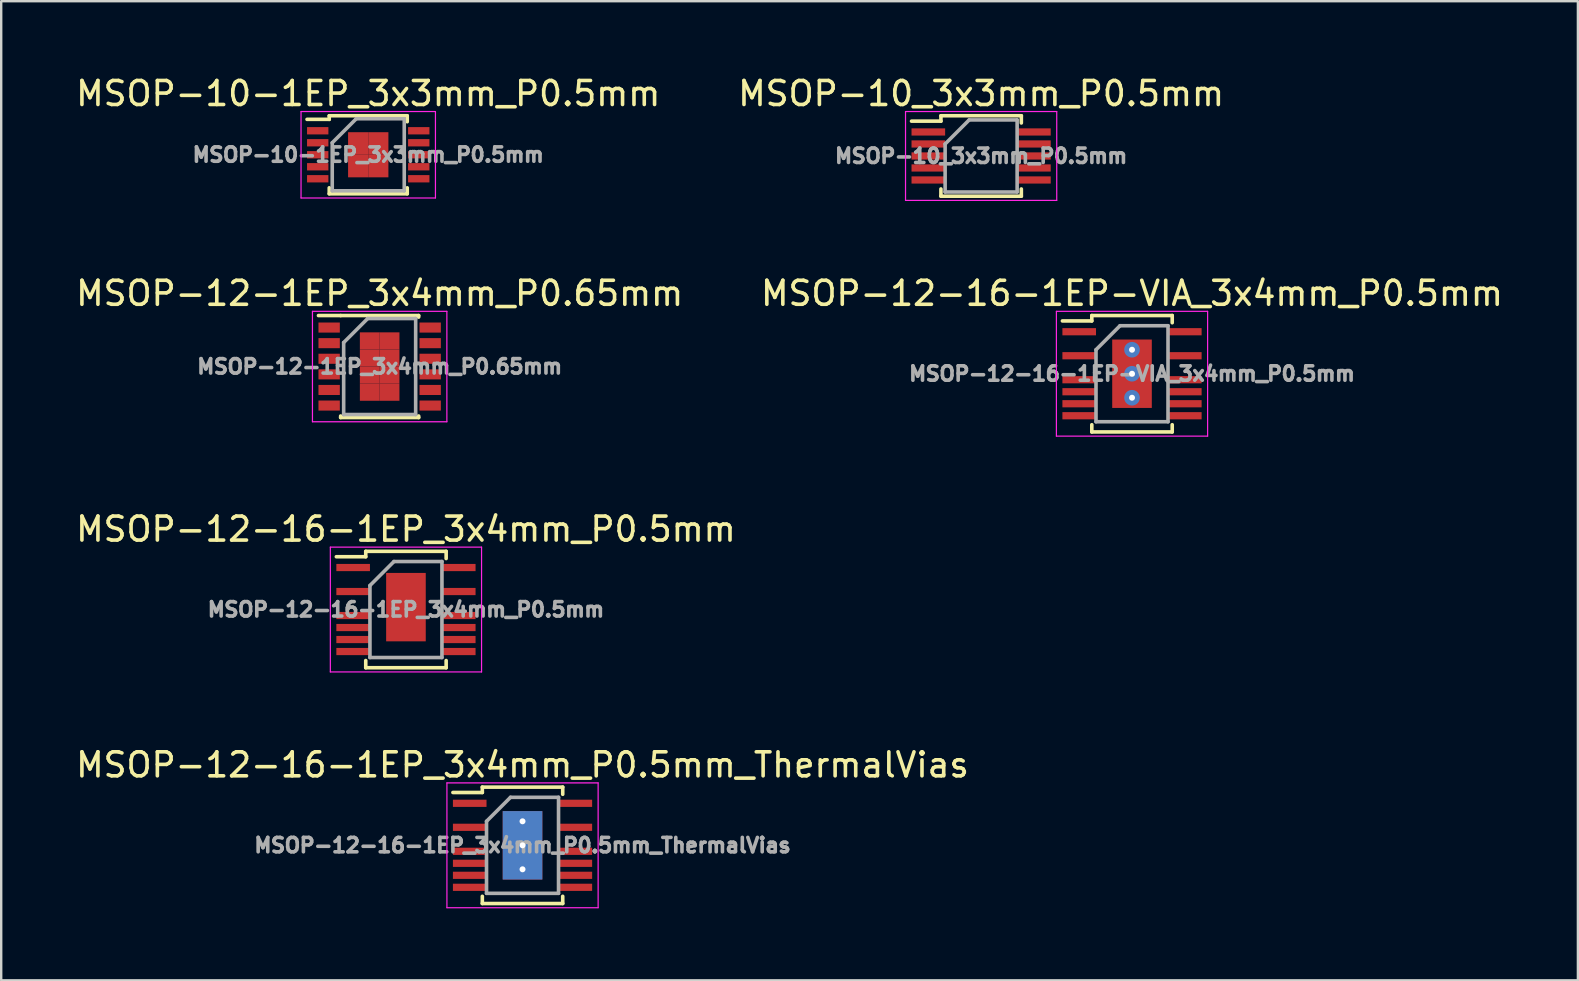
<source format=kicad_pcb>
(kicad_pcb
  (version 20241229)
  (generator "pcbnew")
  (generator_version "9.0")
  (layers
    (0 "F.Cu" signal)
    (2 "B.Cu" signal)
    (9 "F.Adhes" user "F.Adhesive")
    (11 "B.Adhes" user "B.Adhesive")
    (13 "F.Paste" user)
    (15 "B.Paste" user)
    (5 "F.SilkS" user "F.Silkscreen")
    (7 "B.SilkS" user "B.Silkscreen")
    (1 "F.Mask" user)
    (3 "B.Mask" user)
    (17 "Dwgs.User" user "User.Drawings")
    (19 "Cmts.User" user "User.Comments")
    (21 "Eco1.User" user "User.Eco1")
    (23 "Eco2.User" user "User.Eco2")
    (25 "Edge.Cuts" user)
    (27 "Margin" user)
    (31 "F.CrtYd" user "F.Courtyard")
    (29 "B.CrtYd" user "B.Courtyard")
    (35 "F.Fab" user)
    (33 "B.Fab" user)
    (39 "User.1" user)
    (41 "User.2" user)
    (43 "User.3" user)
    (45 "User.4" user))
  (footprint "MSOP-10-1EP_3x3mm_P0.5mm"
    (layer "F.Cu")
    (at 12.292 3.398)
    (property "Reference" "MSOP-10-1EP_3x3mm_P0.5mm" (at 0 -2.55 0) (layer "F.SilkS") (effects (font (size 1 1) (thickness 0.15))))
    (attr smd)
    (fp_line (start -1.625 -1.625) (end -1.625 -1.475) (stroke (width 0.15) (type solid)) (layer "F.SilkS"))
    (fp_line (start -1.625 -1.625) (end 1.625 -1.625) (stroke (width 0.15) (type solid)) (layer "F.SilkS"))
    (fp_line (start -1.625 -1.475) (end -2.55 -1.475) (stroke (width 0.15) (type solid)) (layer "F.SilkS"))
    (fp_line (start -1.625 1.625) (end -1.625 1.377) (stroke (width 0.15) (type solid)) (layer "F.SilkS"))
    (fp_line (start -1.625 1.625) (end 1.625 1.625) (stroke (width 0.15) (type solid)) (layer "F.SilkS"))
    (fp_line (start 1.625 -1.625) (end 1.625 -1.377) (stroke (width 0.15) (type solid)) (layer "F.SilkS"))
    (fp_line (start 1.625 1.625) (end 1.625 1.377) (stroke (width 0.15) (type solid)) (layer "F.SilkS"))
    (fp_line (start -2.8 -1.8) (end -2.8 1.8) (stroke (width 0.05) (type solid)) (layer "F.CrtYd"))
    (fp_line (start -2.8 -1.8) (end 2.8 -1.8) (stroke (width 0.05) (type solid)) (layer "F.CrtYd"))
    (fp_line (start -2.8 1.8) (end 2.8 1.8) (stroke (width 0.05) (type solid)) (layer "F.CrtYd"))
    (fp_line (start 2.8 -1.8) (end 2.8 1.8) (stroke (width 0.05) (type solid)) (layer "F.CrtYd"))
    (fp_line (start -1.5 -0.5) (end -0.5 -1.5) (stroke (width 0.15) (type solid)) (layer "F.Fab"))
    (fp_line (start -1.5 1.5) (end -1.5 -0.5) (stroke (width 0.15) (type solid)) (layer "F.Fab"))
    (fp_line (start -0.5 -1.5) (end 1.5 -1.5) (stroke (width 0.15) (type solid)) (layer "F.Fab"))
    (fp_line (start 1.5 -1.5) (end 1.5 1.5) (stroke (width 0.15) (type solid)) (layer "F.Fab"))
    (fp_line (start 1.5 1.5) (end -1.5 1.5) (stroke (width 0.15) (type solid)) (layer "F.Fab"))
    (fp_text user "${REFERENCE}" (at 0 0 0) (layer "F.Fab") (effects (font (size 0.6 0.6) (thickness 0.15))))
    (pad "1" smd rect (at -2.105 -1) (size 0.89 0.305) (layers "F.Cu" "F.Mask" "F.Paste"))
    (pad "2" smd rect (at -2.105 -0.5) (size 0.89 0.305) (layers "F.Cu" "F.Mask" "F.Paste"))
    (pad "3" smd rect (at -2.105 0) (size 0.89 0.305) (layers "F.Cu" "F.Mask" "F.Paste"))
    (pad "4" smd rect (at -2.105 0.5) (size 0.89 0.305) (layers "F.Cu" "F.Mask" "F.Paste"))
    (pad "5" smd rect (at -2.105 1) (size 0.89 0.305) (layers "F.Cu" "F.Mask" "F.Paste"))
    (pad "6" smd rect (at 2.105 1) (size 0.89 0.305) (layers "F.Cu" "F.Mask" "F.Paste"))
    (pad "7" smd rect (at 2.105 0.5) (size 0.89 0.305) (layers "F.Cu" "F.Mask" "F.Paste"))
    (pad "8" smd rect (at 2.105 0) (size 0.89 0.305) (layers "F.Cu" "F.Mask" "F.Paste"))
    (pad "9" smd rect (at 2.105 -0.5) (size 0.89 0.305) (layers "F.Cu" "F.Mask" "F.Paste"))
    (pad "10" smd rect (at 2.105 -1) (size 0.89 0.305) (layers "F.Cu" "F.Mask" "F.Paste"))
    (pad "11" smd rect (at -0.42 -0.47) (size 0.84 0.94) (layers "F.Cu" "F.Mask" "F.Paste"))
    (pad "11" smd rect (at -0.42 0.47) (size 0.84 0.94) (layers "F.Cu" "F.Mask" "F.Paste"))
    (pad "11" smd rect (at 0.42 -0.47) (size 0.84 0.94) (layers "F.Cu" "F.Mask" "F.Paste"))
    (pad "11" smd rect (at 0.42 0.47) (size 0.84 0.94) (layers "F.Cu" "F.Mask" "F.Paste")))
  (footprint "MSOP-10_3x3mm_P0.5mm"
    (layer "F.Cu")
    (at 37.827 3.448)
    (property "Reference" "MSOP-10_3x3mm_P0.5mm" (at 0 -2.6 0) (layer "F.SilkS") (effects (font (size 1 1) (thickness 0.15))))
    (attr smd)
    (fp_line (start -1.675 -1.675) (end -1.675 -1.45) (stroke (width 0.15) (type solid)) (layer "F.SilkS"))
    (fp_line (start -1.675 -1.675) (end 1.675 -1.675) (stroke (width 0.15) (type solid)) (layer "F.SilkS"))
    (fp_line (start -1.675 -1.45) (end -2.9 -1.45) (stroke (width 0.15) (type solid)) (layer "F.SilkS"))
    (fp_line (start -1.675 1.675) (end -1.675 1.375) (stroke (width 0.15) (type solid)) (layer "F.SilkS"))
    (fp_line (start -1.675 1.675) (end 1.675 1.675) (stroke (width 0.15) (type solid)) (layer "F.SilkS"))
    (fp_line (start 1.675 -1.675) (end 1.675 -1.375) (stroke (width 0.15) (type solid)) (layer "F.SilkS"))
    (fp_line (start 1.675 1.675) (end 1.675 1.375) (stroke (width 0.15) (type solid)) (layer "F.SilkS"))
    (fp_line (start -3.15 -1.85) (end -3.15 1.85) (stroke (width 0.05) (type solid)) (layer "F.CrtYd"))
    (fp_line (start -3.15 -1.85) (end 3.15 -1.85) (stroke (width 0.05) (type solid)) (layer "F.CrtYd"))
    (fp_line (start -3.15 1.85) (end 3.15 1.85) (stroke (width 0.05) (type solid)) (layer "F.CrtYd"))
    (fp_line (start 3.15 -1.85) (end 3.15 1.85) (stroke (width 0.05) (type solid)) (layer "F.CrtYd"))
    (fp_line (start -1.5 -0.5) (end -0.5 -1.5) (stroke (width 0.15) (type solid)) (layer "F.Fab"))
    (fp_line (start -1.5 1.5) (end -1.5 -0.5) (stroke (width 0.15) (type solid)) (layer "F.Fab"))
    (fp_line (start -0.5 -1.5) (end 1.5 -1.5) (stroke (width 0.15) (type solid)) (layer "F.Fab"))
    (fp_line (start 1.5 -1.5) (end 1.5 1.5) (stroke (width 0.15) (type solid)) (layer "F.Fab"))
    (fp_line (start 1.5 1.5) (end -1.5 1.5) (stroke (width 0.15) (type solid)) (layer "F.Fab"))
    (fp_text user "${REFERENCE}" (at 0 0 0) (layer "F.Fab") (effects (font (size 0.6 0.6) (thickness 0.15))))
    (pad "1" smd rect (at -2.2 -1) (size 1.4 0.3) (layers "F.Cu" "F.Mask" "F.Paste"))
    (pad "2" smd rect (at -2.2 -0.5) (size 1.4 0.3) (layers "F.Cu" "F.Mask" "F.Paste"))
    (pad "3" smd rect (at -2.2 0) (size 1.4 0.3) (layers "F.Cu" "F.Mask" "F.Paste"))
    (pad "4" smd rect (at -2.2 0.5) (size 1.4 0.3) (layers "F.Cu" "F.Mask" "F.Paste"))
    (pad "5" smd rect (at -2.2 1) (size 1.4 0.3) (layers "F.Cu" "F.Mask" "F.Paste"))
    (pad "6" smd rect (at 2.2 1) (size 1.4 0.3) (layers "F.Cu" "F.Mask" "F.Paste"))
    (pad "7" smd rect (at 2.2 0.5) (size 1.4 0.3) (layers "F.Cu" "F.Mask" "F.Paste"))
    (pad "8" smd rect (at 2.2 0) (size 1.4 0.3) (layers "F.Cu" "F.Mask" "F.Paste"))
    (pad "9" smd rect (at 2.2 -0.5) (size 1.4 0.3) (layers "F.Cu" "F.Mask" "F.Paste"))
    (pad "10" smd rect (at 2.2 -1) (size 1.4 0.3) (layers "F.Cu" "F.Mask" "F.Paste")))
  (footprint "MSOP-12-16-1EP-VIA_3x4mm_P0.5mm"
    (layer "F.Cu")
    (at 44.113 12.521)
    (property "Reference" "MSOP-12-16-1EP-VIA_3x4mm_P0.5mm" (at 0 -3.35 0) (layer "F.SilkS") (effects (font (size 1 1) (thickness 0.15))))
    (attr smd)
    (fp_line (start -1.675 -2.425) (end -1.675 -2.2) (stroke (width 0.15) (type solid)) (layer "F.SilkS"))
    (fp_line (start -1.675 -2.425) (end 1.675 -2.425) (stroke (width 0.15) (type solid)) (layer "F.SilkS"))
    (fp_line (start -1.675 -2.2) (end -2.9 -2.2) (stroke (width 0.15) (type solid)) (layer "F.SilkS"))
    (fp_line (start -1.675 2.425) (end -1.675 2.125) (stroke (width 0.15) (type solid)) (layer "F.SilkS"))
    (fp_line (start -1.675 2.425) (end 1.675 2.425) (stroke (width 0.15) (type solid)) (layer "F.SilkS"))
    (fp_line (start 1.675 -2.425) (end 1.675 -2.125) (stroke (width 0.15) (type solid)) (layer "F.SilkS"))
    (fp_line (start 1.675 2.425) (end 1.675 2.125) (stroke (width 0.15) (type solid)) (layer "F.SilkS"))
    (fp_line (start -3.15 -2.6) (end -3.15 2.6) (stroke (width 0.05) (type solid)) (layer "F.CrtYd"))
    (fp_line (start -3.15 -2.6) (end 3.15 -2.6) (stroke (width 0.05) (type solid)) (layer "F.CrtYd"))
    (fp_line (start -3.15 2.6) (end 3.15 2.6) (stroke (width 0.05) (type solid)) (layer "F.CrtYd"))
    (fp_line (start 3.15 -2.6) (end 3.15 2.6) (stroke (width 0.05) (type solid)) (layer "F.CrtYd"))
    (fp_line (start -1.5 -1) (end -0.5 -2) (stroke (width 0.15) (type solid)) (layer "F.Fab"))
    (fp_line (start -1.5 2) (end -1.5 -1) (stroke (width 0.15) (type solid)) (layer "F.Fab"))
    (fp_line (start -0.5 -2) (end 1.5 -2) (stroke (width 0.15) (type solid)) (layer "F.Fab"))
    (fp_line (start 1.5 -2) (end 1.5 2) (stroke (width 0.15) (type solid)) (layer "F.Fab"))
    (fp_line (start 1.5 2) (end -1.5 2) (stroke (width 0.15) (type solid)) (layer "F.Fab"))
    (fp_text user "${REFERENCE}" (at 0 0 0) (layer "F.Fab") (effects (font (size 0.6 0.6) (thickness 0.15))))
    (pad "1" smd rect (at -2.2 -1.75) (size 1.4 0.3) (layers "F.Cu" "F.Mask" "F.Paste"))
    (pad "3" smd rect (at -2.2 -0.75) (size 1.4 0.3) (layers "F.Cu" "F.Mask" "F.Paste"))
    (pad "5" smd rect (at -2.2 0.25) (size 1.4 0.3) (layers "F.Cu" "F.Mask" "F.Paste"))
    (pad "6" smd rect (at -2.2 0.75) (size 1.4 0.3) (layers "F.Cu" "F.Mask" "F.Paste"))
    (pad "7" smd rect (at -2.2 1.25) (size 1.4 0.3) (layers "F.Cu" "F.Mask" "F.Paste"))
    (pad "8" smd rect (at -2.2 1.75) (size 1.4 0.3) (layers "F.Cu" "F.Mask" "F.Paste"))
    (pad "9" smd rect (at 2.2 1.75) (size 1.4 0.3) (layers "F.Cu" "F.Mask" "F.Paste"))
    (pad "10" smd rect (at 2.2 1.25) (size 1.4 0.3) (layers "F.Cu" "F.Mask" "F.Paste"))
    (pad "11" smd rect (at 2.2 0.75) (size 1.4 0.3) (layers "F.Cu" "F.Mask" "F.Paste"))
    (pad "12" smd rect (at 2.2 0.25) (size 1.4 0.3) (layers "F.Cu" "F.Mask" "F.Paste"))
    (pad "14" smd rect (at 2.2 -0.75) (size 1.4 0.3) (layers "F.Cu" "F.Mask" "F.Paste"))
    (pad "16" smd rect (at 2.2 -1.75) (size 1.4 0.3) (layers "F.Cu" "F.Mask" "F.Paste"))
    (pad "17" thru_hole circle (at 0 -1) (size 0.65 0.65) (drill 0.25) (layers "*.Cu" "*.Paste" "*.Mask"))
    (pad "17" thru_hole circle (at 0 0) (size 0.65 0.65) (drill 0.25) (layers "*.Cu" "*.Paste" "*.Mask"))
    (pad "17" smd rect (at 0 0) (size 1.65 2.85) (layers "F.Cu" "F.Mask" "F.Paste"))
    (pad "17" thru_hole circle (at 0 1) (size 0.65 0.65) (drill 0.25) (layers "*.Cu" "*.Paste" "*.Mask")))
  (footprint "MSOP-12-1EP_3x4mm_P0.65mm"
    (layer "F.Cu")
    (at 12.768 12.222)
    (property "Reference" "MSOP-12-1EP_3x4mm_P0.65mm" (at 0 -3.05 0) (layer "F.SilkS") (effects (font (size 1 1) (thickness 0.15))))
    (attr smd)
    (fp_line (start -1.625 -2.125) (end -2.55 -2.125) (stroke (width 0.15) (type solid)) (layer "F.SilkS"))
    (fp_line (start -1.625 -2.125) (end 1.625 -2.125) (stroke (width 0.15) (type solid)) (layer "F.SilkS"))
    (fp_line (start -1.625 2.125) (end -1.625 2.06) (stroke (width 0.15) (type solid)) (layer "F.SilkS"))
    (fp_line (start -1.625 2.125) (end 1.625 2.125) (stroke (width 0.15) (type solid)) (layer "F.SilkS"))
    (fp_line (start 1.625 -2.125) (end 1.625 -2.06) (stroke (width 0.15) (type solid)) (layer "F.SilkS"))
    (fp_line (start 1.625 2.125) (end 1.625 2.06) (stroke (width 0.15) (type solid)) (layer "F.SilkS"))
    (fp_line (start -2.8 -2.3) (end -2.8 2.3) (stroke (width 0.05) (type solid)) (layer "F.CrtYd"))
    (fp_line (start -2.8 -2.3) (end 2.8 -2.3) (stroke (width 0.05) (type solid)) (layer "F.CrtYd"))
    (fp_line (start -2.8 2.3) (end 2.8 2.3) (stroke (width 0.05) (type solid)) (layer "F.CrtYd"))
    (fp_line (start 2.8 -2.3) (end 2.8 2.3) (stroke (width 0.05) (type solid)) (layer "F.CrtYd"))
    (fp_line (start -1.5 -1) (end -0.5 -2) (stroke (width 0.15) (type solid)) (layer "F.Fab"))
    (fp_line (start -1.5 2) (end -1.5 -1) (stroke (width 0.15) (type solid)) (layer "F.Fab"))
    (fp_line (start -0.5 -2) (end 1.5 -2) (stroke (width 0.15) (type solid)) (layer "F.Fab"))
    (fp_line (start 1.5 -2) (end 1.5 2) (stroke (width 0.15) (type solid)) (layer "F.Fab"))
    (fp_line (start 1.5 2) (end -1.5 2) (stroke (width 0.15) (type solid)) (layer "F.Fab"))
    (fp_text user "${REFERENCE}" (at 0 0 0) (layer "F.Fab") (effects (font (size 0.6 0.6) (thickness 0.15))))
    (pad "1" smd rect (at -2.105 -1.625) (size 0.89 0.42) (layers "F.Cu" "F.Mask" "F.Paste"))
    (pad "2" smd rect (at -2.105 -0.975) (size 0.89 0.42) (layers "F.Cu" "F.Mask" "F.Paste"))
    (pad "3" smd rect (at -2.105 -0.325) (size 0.89 0.42) (layers "F.Cu" "F.Mask" "F.Paste"))
    (pad "4" smd rect (at -2.105 0.325) (size 0.89 0.42) (layers "F.Cu" "F.Mask" "F.Paste"))
    (pad "5" smd rect (at -2.105 0.975) (size 0.89 0.42) (layers "F.Cu" "F.Mask" "F.Paste"))
    (pad "6" smd rect (at -2.105 1.625) (size 0.89 0.42) (layers "F.Cu" "F.Mask" "F.Paste"))
    (pad "7" smd rect (at 2.105 1.625) (size 0.89 0.42) (layers "F.Cu" "F.Mask" "F.Paste"))
    (pad "8" smd rect (at 2.105 0.975) (size 0.89 0.42) (layers "F.Cu" "F.Mask" "F.Paste"))
    (pad "9" smd rect (at 2.105 0.325) (size 0.89 0.42) (layers "F.Cu" "F.Mask" "F.Paste"))
    (pad "10" smd rect (at 2.105 -0.325) (size 0.89 0.42) (layers "F.Cu" "F.Mask" "F.Paste"))
    (pad "11" smd rect (at 2.105 -0.975) (size 0.89 0.42) (layers "F.Cu" "F.Mask" "F.Paste"))
    (pad "12" smd rect (at 2.105 -1.625) (size 0.89 0.42) (layers "F.Cu" "F.Mask" "F.Paste"))
    (pad "13" smd rect (at -0.412 -1.069) (size 0.825 0.713) (layers "F.Cu" "F.Mask" "F.Paste"))
    (pad "13" smd rect (at -0.412 -0.356) (size 0.825 0.713) (layers "F.Cu" "F.Mask" "F.Paste"))
    (pad "13" smd rect (at -0.412 0.356) (size 0.825 0.713) (layers "F.Cu" "F.Mask" "F.Paste"))
    (pad "13" smd rect (at -0.412 1.069) (size 0.825 0.713) (layers "F.Cu" "F.Mask" "F.Paste"))
    (pad "13" smd rect (at 0.412 -1.069) (size 0.825 0.713) (layers "F.Cu" "F.Mask" "F.Paste"))
    (pad "13" smd rect (at 0.412 -0.356) (size 0.825 0.713) (layers "F.Cu" "F.Mask" "F.Paste"))
    (pad "13" smd rect (at 0.412 0.356) (size 0.825 0.713) (layers "F.Cu" "F.Mask" "F.Paste"))
    (pad "13" smd rect (at 0.412 1.069) (size 0.825 0.713) (layers "F.Cu" "F.Mask" "F.Paste")))
  (footprint "MSOP-12-16-1EP_3x4mm_P0.5mm"
    (layer "F.Cu")
    (at 13.863 22.345)
    (property "Reference" "MSOP-12-16-1EP_3x4mm_P0.5mm" (at 0 -3.35 0) (layer "F.SilkS") (effects (font (size 1 1) (thickness 0.15))))
    (attr smd)
    (fp_line (start -1.675 -2.425) (end -1.675 -2.2) (stroke (width 0.15) (type solid)) (layer "F.SilkS"))
    (fp_line (start -1.675 -2.425) (end 1.675 -2.425) (stroke (width 0.15) (type solid)) (layer "F.SilkS"))
    (fp_line (start -1.675 -2.2) (end -2.9 -2.2) (stroke (width 0.15) (type solid)) (layer "F.SilkS"))
    (fp_line (start -1.675 2.425) (end -1.675 2.125) (stroke (width 0.15) (type solid)) (layer "F.SilkS"))
    (fp_line (start -1.675 2.425) (end 1.675 2.425) (stroke (width 0.15) (type solid)) (layer "F.SilkS"))
    (fp_line (start 1.675 -2.425) (end 1.675 -2.125) (stroke (width 0.15) (type solid)) (layer "F.SilkS"))
    (fp_line (start 1.675 2.425) (end 1.675 2.125) (stroke (width 0.15) (type solid)) (layer "F.SilkS"))
    (fp_line (start -3.15 -2.6) (end -3.15 2.6) (stroke (width 0.05) (type solid)) (layer "F.CrtYd"))
    (fp_line (start -3.15 -2.6) (end 3.15 -2.6) (stroke (width 0.05) (type solid)) (layer "F.CrtYd"))
    (fp_line (start -3.15 2.6) (end 3.15 2.6) (stroke (width 0.05) (type solid)) (layer "F.CrtYd"))
    (fp_line (start 3.15 -2.6) (end 3.15 2.6) (stroke (width 0.05) (type solid)) (layer "F.CrtYd"))
    (fp_line (start -1.5 -1) (end -0.5 -2) (stroke (width 0.15) (type solid)) (layer "F.Fab"))
    (fp_line (start -1.5 2) (end -1.5 -1) (stroke (width 0.15) (type solid)) (layer "F.Fab"))
    (fp_line (start -0.5 -2) (end 1.5 -2) (stroke (width 0.15) (type solid)) (layer "F.Fab"))
    (fp_line (start 1.5 -2) (end 1.5 2) (stroke (width 0.15) (type solid)) (layer "F.Fab"))
    (fp_line (start 1.5 2) (end -1.5 2) (stroke (width 0.15) (type solid)) (layer "F.Fab"))
    (fp_text user "${REFERENCE}" (at 0 0 0) (layer "F.Fab") (effects (font (size 0.6 0.6) (thickness 0.15))))
    (pad "1" smd rect (at -2.2 -1.75) (size 1.4 0.3) (layers "F.Cu" "F.Mask" "F.Paste"))
    (pad "3" smd rect (at -2.2 -0.75) (size 1.4 0.3) (layers "F.Cu" "F.Mask" "F.Paste"))
    (pad "5" smd rect (at -2.2 0.25) (size 1.4 0.3) (layers "F.Cu" "F.Mask" "F.Paste"))
    (pad "6" smd rect (at -2.2 0.75) (size 1.4 0.3) (layers "F.Cu" "F.Mask" "F.Paste"))
    (pad "7" smd rect (at -2.2 1.25) (size 1.4 0.3) (layers "F.Cu" "F.Mask" "F.Paste"))
    (pad "8" smd rect (at -2.2 1.75) (size 1.4 0.3) (layers "F.Cu" "F.Mask" "F.Paste"))
    (pad "9" smd rect (at 2.2 1.75) (size 1.4 0.3) (layers "F.Cu" "F.Mask" "F.Paste"))
    (pad "10" smd rect (at 2.2 1.25) (size 1.4 0.3) (layers "F.Cu" "F.Mask" "F.Paste"))
    (pad "11" smd rect (at 2.2 0.75) (size 1.4 0.3) (layers "F.Cu" "F.Mask" "F.Paste"))
    (pad "12" smd rect (at 2.2 0.25) (size 1.4 0.3) (layers "F.Cu" "F.Mask" "F.Paste"))
    (pad "14" smd rect (at 2.2 -0.75) (size 1.4 0.3) (layers "F.Cu" "F.Mask" "F.Paste"))
    (pad "16" smd rect (at 2.2 -1.75) (size 1.4 0.3) (layers "F.Cu" "F.Mask" "F.Paste"))
    (pad "17" smd rect (at 0 -0.1) (size 1.65 2.85) (layers "F.Cu" "F.Mask" "F.Paste")))
  (footprint "MSOP-12-16-1EP_3x4mm_P0.5mm_ThermalVias"
    (layer "F.Cu")
    (at 18.72 32.168)
    (property "Reference" "MSOP-12-16-1EP_3x4mm_P0.5mm_ThermalVias" (at 0 -3.35 0) (layer "F.SilkS") (effects (font (size 1 1) (thickness 0.15))))
    (attr smd)
    (fp_line (start -1.675 -2.425) (end -1.675 -2.2) (stroke (width 0.15) (type solid)) (layer "F.SilkS"))
    (fp_line (start -1.675 -2.425) (end 1.675 -2.425) (stroke (width 0.15) (type solid)) (layer "F.SilkS"))
    (fp_line (start -1.675 -2.2) (end -2.9 -2.2) (stroke (width 0.15) (type solid)) (layer "F.SilkS"))
    (fp_line (start -1.675 2.425) (end -1.675 2.125) (stroke (width 0.15) (type solid)) (layer "F.SilkS"))
    (fp_line (start -1.675 2.425) (end 1.675 2.425) (stroke (width 0.15) (type solid)) (layer "F.SilkS"))
    (fp_line (start 1.675 -2.425) (end 1.675 -2.125) (stroke (width 0.15) (type solid)) (layer "F.SilkS"))
    (fp_line (start 1.675 2.425) (end 1.675 2.125) (stroke (width 0.15) (type solid)) (layer "F.SilkS"))
    (fp_line (start -3.15 -2.6) (end -3.15 2.6) (stroke (width 0.05) (type solid)) (layer "F.CrtYd"))
    (fp_line (start -3.15 -2.6) (end 3.15 -2.6) (stroke (width 0.05) (type solid)) (layer "F.CrtYd"))
    (fp_line (start -3.15 2.6) (end 3.15 2.6) (stroke (width 0.05) (type solid)) (layer "F.CrtYd"))
    (fp_line (start 3.15 -2.6) (end 3.15 2.6) (stroke (width 0.05) (type solid)) (layer "F.CrtYd"))
    (fp_line (start -1.5 -1) (end -0.5 -2) (stroke (width 0.15) (type solid)) (layer "F.Fab"))
    (fp_line (start -1.5 2) (end -1.5 -1) (stroke (width 0.15) (type solid)) (layer "F.Fab"))
    (fp_line (start -0.5 -2) (end 1.5 -2) (stroke (width 0.15) (type solid)) (layer "F.Fab"))
    (fp_line (start 1.5 -2) (end 1.5 2) (stroke (width 0.15) (type solid)) (layer "F.Fab"))
    (fp_line (start 1.5 2) (end -1.5 2) (stroke (width 0.15) (type solid)) (layer "F.Fab"))
    (fp_text user "${REFERENCE}" (at 0 0 0) (layer "F.Fab") (effects (font (size 0.6 0.6) (thickness 0.15))))
    (pad "1" smd rect (at -2.2 -1.75) (size 1.4 0.3) (layers "F.Cu" "F.Mask" "F.Paste"))
    (pad "3" smd rect (at -2.2 -0.75) (size 1.4 0.3) (layers "F.Cu" "F.Mask" "F.Paste"))
    (pad "5" smd rect (at -2.2 0.25) (size 1.4 0.3) (layers "F.Cu" "F.Mask" "F.Paste"))
    (pad "6" smd rect (at -2.2 0.75) (size 1.4 0.3) (layers "F.Cu" "F.Mask" "F.Paste"))
    (pad "7" smd rect (at -2.2 1.25) (size 1.4 0.3) (layers "F.Cu" "F.Mask" "F.Paste"))
    (pad "8" smd rect (at -2.2 1.75) (size 1.4 0.3) (layers "F.Cu" "F.Mask" "F.Paste"))
    (pad "9" smd rect (at 2.2 1.75) (size 1.4 0.3) (layers "F.Cu" "F.Mask" "F.Paste"))
    (pad "10" smd rect (at 2.2 1.25) (size 1.4 0.3) (layers "F.Cu" "F.Mask" "F.Paste"))
    (pad "11" smd rect (at 2.2 0.75) (size 1.4 0.3) (layers "F.Cu" "F.Mask" "F.Paste"))
    (pad "12" smd rect (at 2.2 0.25) (size 1.4 0.3) (layers "F.Cu" "F.Mask" "F.Paste"))
    (pad "14" smd rect (at 2.2 -0.75) (size 1.4 0.3) (layers "F.Cu" "F.Mask" "F.Paste"))
    (pad "16" smd rect (at 2.2 -1.75) (size 1.4 0.3) (layers "F.Cu" "F.Mask" "F.Paste"))
    (pad "17" thru_hole circle (at 0 -1) (size 0.65 0.65) (drill 0.25) (layers "*.Cu" "F.Mask"))
    (pad "17" thru_hole circle (at 0 0) (size 0.65 0.65) (drill 0.25) (layers "*.Cu" "F.Paste"))
    (pad "17" smd rect (at 0 0) (size 1.65 2.85) (layers "F.Cu" "F.Mask" "F.Paste"))
    (pad "17" smd rect (at 0 0) (size 1.65 2.85) (layers "B.Cu"))
    (pad "17" thru_hole circle (at 0 1) (size 0.65 0.65) (drill 0.25) (layers "*.Cu" "F.Mask")))
  (gr_rect
    (start -3 -3)
    (end 62.69 37.793)
    (stroke (width 0.1) (type default))
    (fill no)
    (layer "Edge.Cuts")))
</source>
